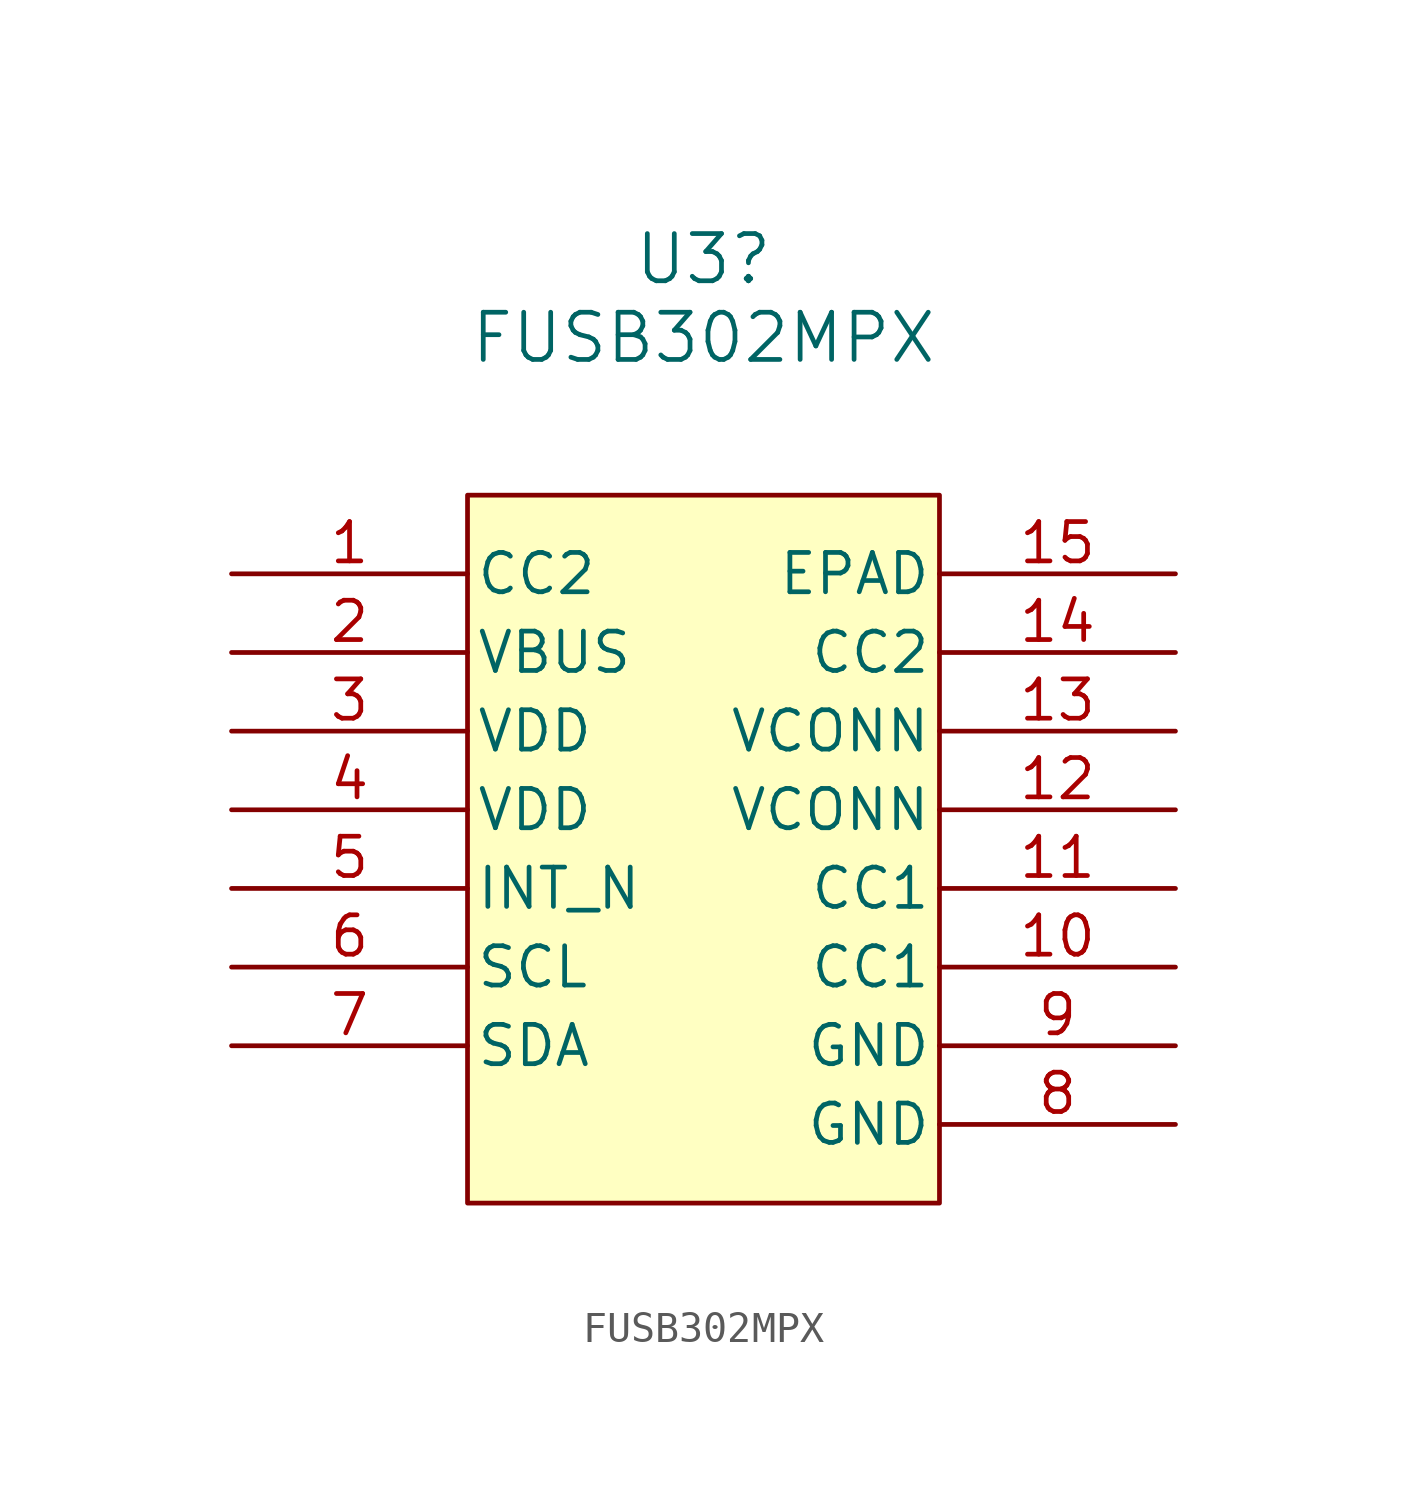
<source format=kicad_sym>
(kicad_symbol_lib
  (version 20220914)
  (generator kicad_symbol_editor)
  (symbol "FUSB302MPX"
    (pin_names
      (offset 0.254))
    (property "Reference" "U3"
      (at 0 17.78 0)
      (effects (font (size 1.524 1.524))))
    (property "Value" "FUSB302MPX"
      (at 0 15.24 0)
      (effects (font (size 1.524 1.524))))
    (property "ki_locked" ""
      (at 0 0 0)
      (effects (font (size 1.27 1.27))))
    (symbol "FUSB302MPX_0_1"
      (pin bidirectional line (at -15.24 7.62 0) (length 7.62) (name "CC2" (effects (font (size 1.27 1.27)))) (number "1" (effects (font (size 1.27 1.27)))))
      (pin bidirectional line (at 15.24 -5.08 180) (length 7.62) (name "CC1" (effects (font (size 1.27 1.27)))) (number "10" (effects (font (size 1.27 1.27)))))
      (pin bidirectional line (at 15.24 -2.54 180) (length 7.62) (name "CC1" (effects (font (size 1.27 1.27)))) (number "11" (effects (font (size 1.27 1.27)))))
      (pin unspecified line (at 15.24 0 180) (length 7.62) (name "VCONN" (effects (font (size 1.27 1.27)))) (number "12" (effects (font (size 1.27 1.27)))))
      (pin unspecified line (at 15.24 2.54 180) (length 7.62) (name "VCONN" (effects (font (size 1.27 1.27)))) (number "13" (effects (font (size 1.27 1.27)))))
      (pin bidirectional line (at 15.24 5.08 180) (length 7.62) (name "CC2" (effects (font (size 1.27 1.27)))) (number "14" (effects (font (size 1.27 1.27)))))
      (pin unspecified line (at 15.24 7.62 180) (length 7.62) (name "EPAD" (effects (font (size 1.27 1.27)))) (number "15" (effects (font (size 1.27 1.27)))))
      (pin unspecified line (at -15.24 5.08 0) (length 7.62) (name "VBUS" (effects (font (size 1.27 1.27)))) (number "2" (effects (font (size 1.27 1.27)))))
      (pin power_in line (at -15.24 2.54 0) (length 7.62) (name "VDD" (effects (font (size 1.27 1.27)))) (number "3" (effects (font (size 1.27 1.27)))))
      (pin power_in line (at -15.24 0 0) (length 7.62) (name "VDD" (effects (font (size 1.27 1.27)))) (number "4" (effects (font (size 1.27 1.27)))))
      (pin unspecified line (at -15.24 -2.54 0) (length 7.62) (name "INT_N" (effects (font (size 1.27 1.27)))) (number "5" (effects (font (size 1.27 1.27)))))
      (pin unspecified line (at -15.24 -5.08 0) (length 7.62) (name "SCL" (effects (font (size 1.27 1.27)))) (number "6" (effects (font (size 1.27 1.27)))))
      (pin unspecified line (at -15.24 -7.62 0) (length 7.62) (name "SDA" (effects (font (size 1.27 1.27)))) (number "7" (effects (font (size 1.27 1.27)))))
      (pin power_out line (at 15.24 -10.16 180) (length 7.62) (name "GND" (effects (font (size 1.27 1.27)))) (number "8" (effects (font (size 1.27 1.27)))))
      (pin power_out line (at 15.24 -7.62 180) (length 7.62) (name "GND" (effects (font (size 1.27 1.27)))) (number "9" (effects (font (size 1.27 1.27))))))
    (symbol "FUSB302MPX_1_1"
      (rectangle (start -7.62 10.16) (end 7.62 -12.7) (stroke (width 0) (type default)) (fill (type background))))))
</source>
